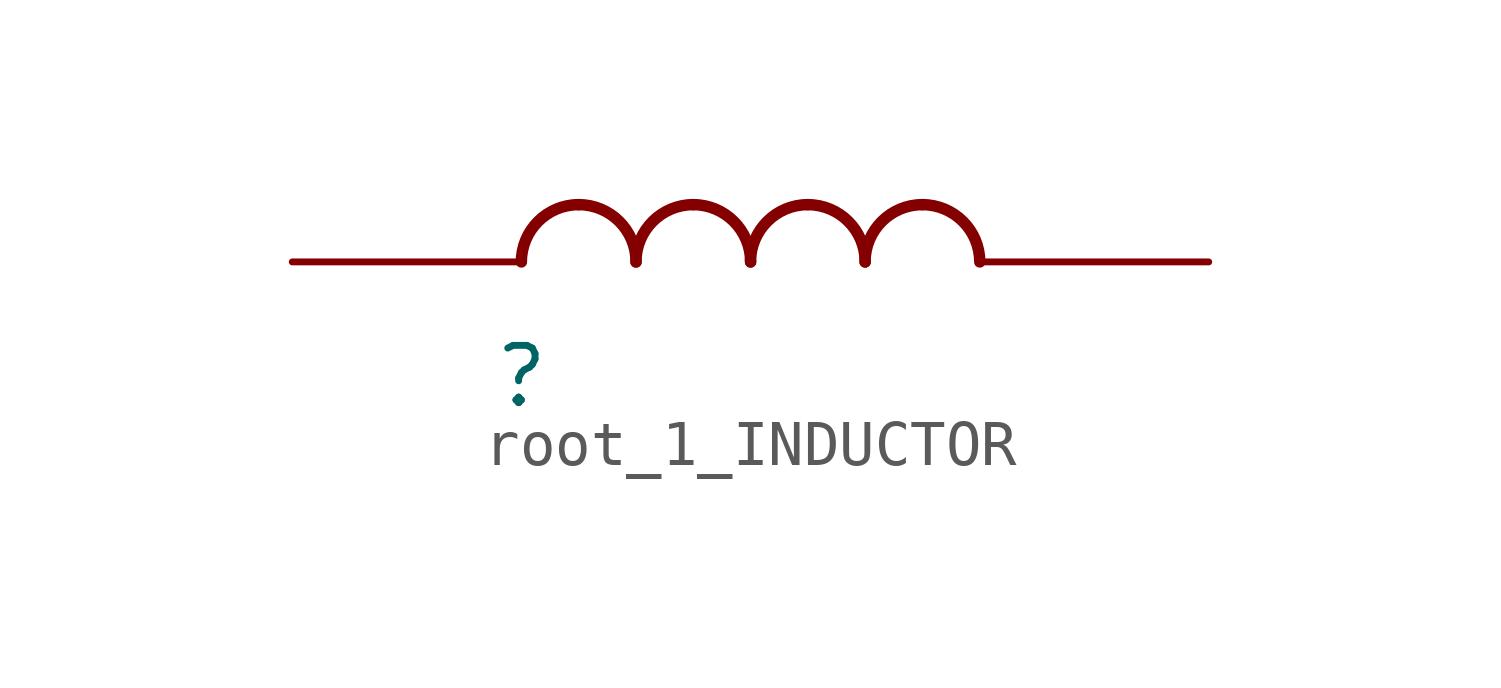
<source format=kicad_sym>
(kicad_symbol_lib
  (version 20220914)
  (generator kicad_symbol_editor)
  (symbol "root_1_INDUCTOR"
    (property "Reference" ""
      (at 0 0 0)
      (effects (font (size 1.27 1.27))))
    (property "Value" ""
      (at 0 0 0)
      (effects (font (size 1.27 1.27))))
    (symbol "root_1_INDUCTOR_1_0"
      (arc (start 1.27 3.81) (mid 0.372 3.438) (end 0 2.54) (stroke (width 0.254) (type solid)) (fill (type none)))
      (arc (start 2.54 2.54) (mid 2.168 3.438) (end 1.27 3.81) (stroke (width 0.254) (type solid)) (fill (type none)))
      (arc (start 3.81 3.81) (mid 2.912 3.438) (end 2.54 2.54) (stroke (width 0.254) (type solid)) (fill (type none)))
      (arc (start 5.08 2.54) (mid 4.708 3.438) (end 3.81 3.81) (stroke (width 0.254) (type solid)) (fill (type none)))
      (arc (start 6.35 3.81) (mid 5.452 3.438) (end 5.08 2.54) (stroke (width 0.254) (type solid)) (fill (type none)))
      (arc (start 7.62 2.54) (mid 7.248 3.438) (end 6.35 3.81) (stroke (width 0.254) (type solid)) (fill (type none)))
      (arc (start 8.89 3.81) (mid 7.992 3.438) (end 7.62 2.54) (stroke (width 0.254) (type solid)) (fill (type none)))
      (arc (start 10.16 2.54) (mid 9.788 3.438) (end 8.89 3.81) (stroke (width 0.254) (type solid)) (fill (type none)))
      (pin passive line (at -5.08 2.54 0) (length 5.08) (name "1" (effects (font (size 0 0)))) (number "1" (effects (font (size 0 0)))))
      (pin passive line (at 15.24 2.54 180) (length 5.08) (name "2" (effects (font (size 0 0)))) (number "2" (effects (font (size 0 0))))))))
</source>
